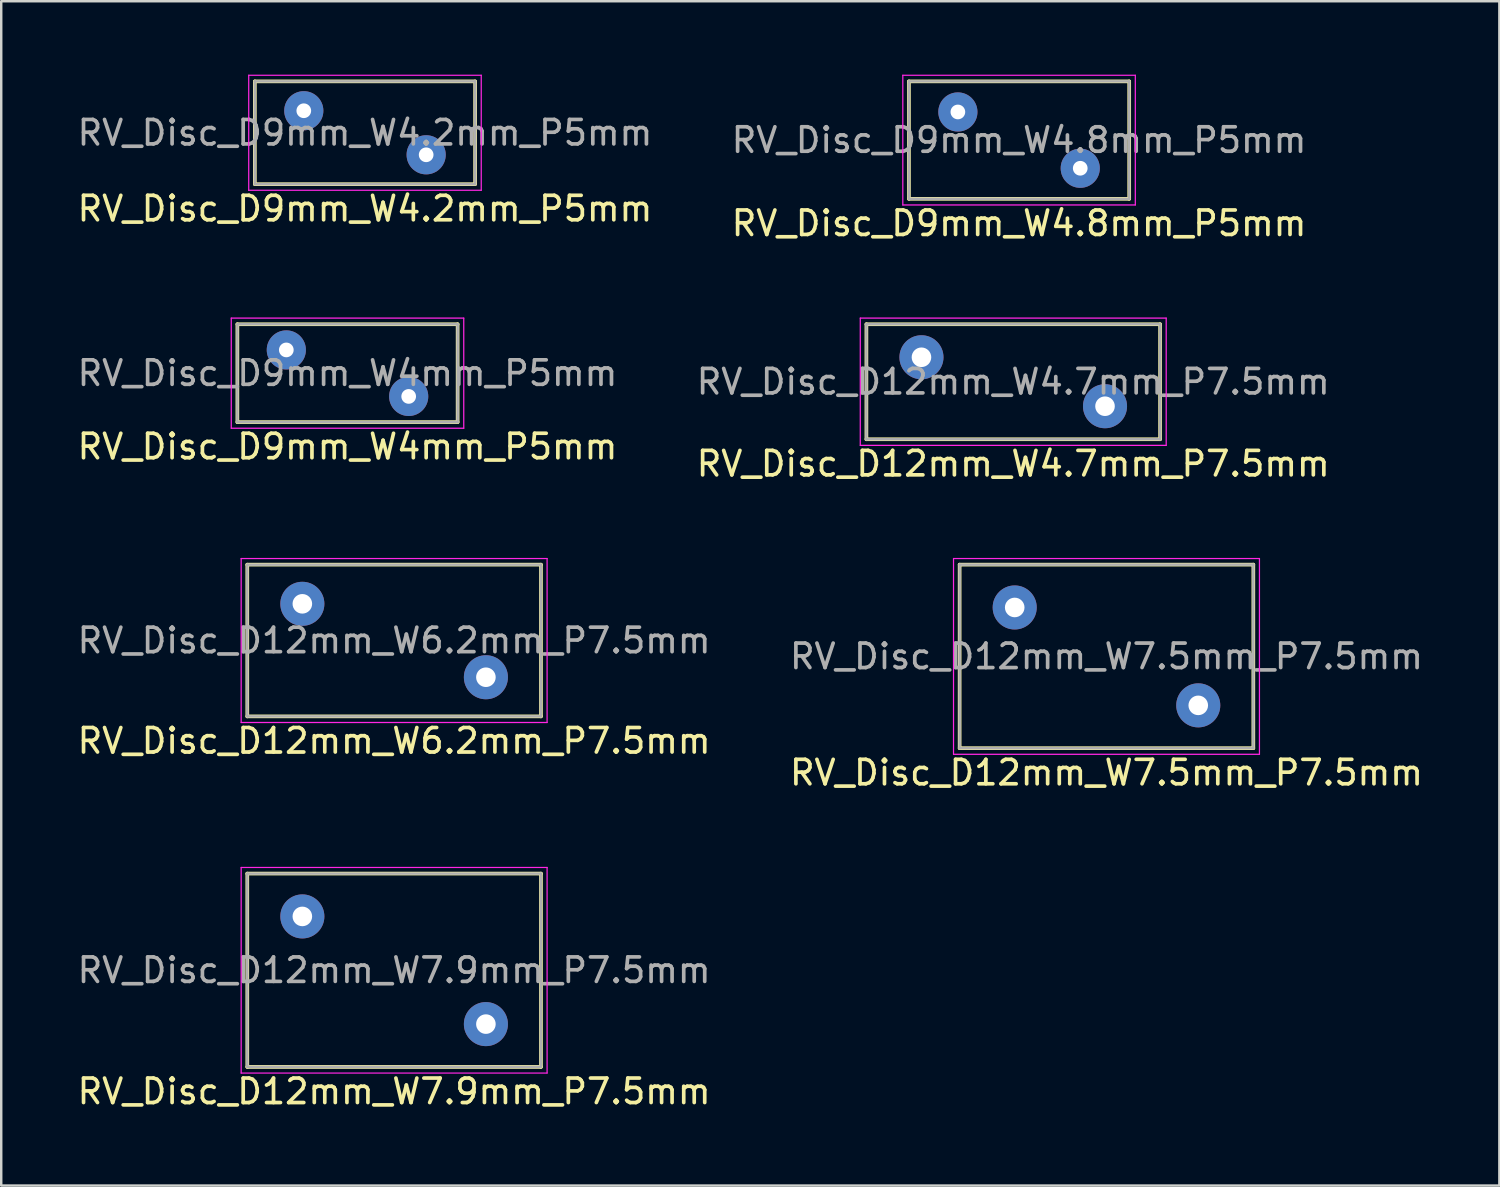
<source format=kicad_pcb>
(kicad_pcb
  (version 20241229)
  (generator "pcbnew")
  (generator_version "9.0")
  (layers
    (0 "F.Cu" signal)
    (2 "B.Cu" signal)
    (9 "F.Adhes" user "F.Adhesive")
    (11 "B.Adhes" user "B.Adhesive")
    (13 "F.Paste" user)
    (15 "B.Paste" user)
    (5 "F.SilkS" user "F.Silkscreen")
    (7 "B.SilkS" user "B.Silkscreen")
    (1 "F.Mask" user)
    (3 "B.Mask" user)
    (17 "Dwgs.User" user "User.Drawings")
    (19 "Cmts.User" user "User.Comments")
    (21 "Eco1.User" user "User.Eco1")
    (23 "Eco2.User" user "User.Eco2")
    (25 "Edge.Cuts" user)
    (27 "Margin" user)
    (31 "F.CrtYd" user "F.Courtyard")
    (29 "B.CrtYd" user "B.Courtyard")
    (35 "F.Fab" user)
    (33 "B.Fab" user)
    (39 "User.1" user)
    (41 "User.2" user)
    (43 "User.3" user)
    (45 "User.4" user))
  (footprint "RV_Disc_D12mm_W7.9mm_P7.5mm"
    (layer "F.Cu")
    (at 9.304 34.395)
    (property "Reference" "RV_Disc_D12mm_W7.9mm_P7.5mm" (at 3.75 7.15 0) (layer "F.SilkS") (effects (font (size 1 1) (thickness 0.15))))
    (attr through_hole)
    (fp_line (start -2.25 -1.75) (end -2.25 6.15) (stroke (width 0.15) (type solid)) (layer "F.SilkS"))
    (fp_line (start -2.25 -1.75) (end 9.75 -1.75) (stroke (width 0.15) (type solid)) (layer "F.SilkS"))
    (fp_line (start -2.25 6.15) (end 9.75 6.15) (stroke (width 0.15) (type solid)) (layer "F.SilkS"))
    (fp_line (start 9.75 -1.75) (end 9.75 6.15) (stroke (width 0.15) (type solid)) (layer "F.SilkS"))
    (fp_line (start -2.5 -2) (end -2.5 6.4) (stroke (width 0.05) (type solid)) (layer "F.CrtYd"))
    (fp_line (start -2.5 -2) (end 10 -2) (stroke (width 0.05) (type solid)) (layer "F.CrtYd"))
    (fp_line (start -2.5 6.4) (end 10 6.4) (stroke (width 0.05) (type solid)) (layer "F.CrtYd"))
    (fp_line (start 10 -2) (end 10 6.4) (stroke (width 0.05) (type solid)) (layer "F.CrtYd"))
    (fp_line (start -2.25 -1.75) (end -2.25 6.15) (stroke (width 0.1) (type solid)) (layer "F.Fab"))
    (fp_line (start -2.25 -1.75) (end 9.75 -1.75) (stroke (width 0.1) (type solid)) (layer "F.Fab"))
    (fp_line (start -2.25 6.15) (end 9.75 6.15) (stroke (width 0.1) (type solid)) (layer "F.Fab"))
    (fp_line (start 9.75 -1.75) (end 9.75 6.15) (stroke (width 0.1) (type solid)) (layer "F.Fab"))
    (fp_text user "${REFERENCE}" (at 3.75 2.2 0) (layer "F.Fab") (effects (font (size 1 1) (thickness 0.15))))
    (pad "1" thru_hole circle (at 0 0) (size 1.8 1.8) (drill 0.8) (layers "*.Cu" "*.Mask"))
    (pad "2" thru_hole circle (at 7.5 4.4) (size 1.8 1.8) (drill 0.8) (layers "*.Cu" "*.Mask")))
  (footprint "RV_Disc_D9mm_W4mm_P5mm"
    (layer "F.Cu")
    (at 8.649 11.248)
    (property "Reference" "RV_Disc_D9mm_W4mm_P5mm" (at 2.5 3.95 0) (layer "F.SilkS") (effects (font (size 1 1) (thickness 0.15))))
    (attr through_hole)
    (fp_line (start -2 -1.05) (end -2 2.95) (stroke (width 0.15) (type solid)) (layer "F.SilkS"))
    (fp_line (start -2 -1.05) (end 7 -1.05) (stroke (width 0.15) (type solid)) (layer "F.SilkS"))
    (fp_line (start -2 2.95) (end 7 2.95) (stroke (width 0.15) (type solid)) (layer "F.SilkS"))
    (fp_line (start 7 -1.05) (end 7 2.95) (stroke (width 0.15) (type solid)) (layer "F.SilkS"))
    (fp_line (start -2.25 -1.3) (end -2.25 3.2) (stroke (width 0.05) (type solid)) (layer "F.CrtYd"))
    (fp_line (start -2.25 -1.3) (end 7.25 -1.3) (stroke (width 0.05) (type solid)) (layer "F.CrtYd"))
    (fp_line (start -2.25 3.2) (end 7.25 3.2) (stroke (width 0.05) (type solid)) (layer "F.CrtYd"))
    (fp_line (start 7.25 -1.3) (end 7.25 3.2) (stroke (width 0.05) (type solid)) (layer "F.CrtYd"))
    (fp_line (start -2 -1.05) (end -2 2.95) (stroke (width 0.1) (type solid)) (layer "F.Fab"))
    (fp_line (start -2 -1.05) (end 7 -1.05) (stroke (width 0.1) (type solid)) (layer "F.Fab"))
    (fp_line (start -2 2.95) (end 7 2.95) (stroke (width 0.1) (type solid)) (layer "F.Fab"))
    (fp_line (start 7 -1.05) (end 7 2.95) (stroke (width 0.1) (type solid)) (layer "F.Fab"))
    (fp_text user "${REFERENCE}" (at 2.5 0.95 0) (layer "F.Fab") (effects (font (size 1 1) (thickness 0.15))))
    (pad "1" thru_hole circle (at 0 0) (size 1.6 1.6) (drill 0.6) (layers "*.Cu" "*.Mask"))
    (pad "2" thru_hole circle (at 5 1.9) (size 1.6 1.6) (drill 0.6) (layers "*.Cu" "*.Mask")))
  (footprint "RV_Disc_D12mm_W4.7mm_P7.5mm"
    (layer "F.Cu")
    (at 34.601 11.548)
    (property "Reference" "RV_Disc_D12mm_W4.7mm_P7.5mm" (at 3.75 4.35 0) (layer "F.SilkS") (effects (font (size 1 1) (thickness 0.15))))
    (attr through_hole)
    (fp_line (start -2.25 -1.35) (end -2.25 3.35) (stroke (width 0.15) (type solid)) (layer "F.SilkS"))
    (fp_line (start -2.25 -1.35) (end 9.75 -1.35) (stroke (width 0.15) (type solid)) (layer "F.SilkS"))
    (fp_line (start -2.25 3.35) (end 9.75 3.35) (stroke (width 0.15) (type solid)) (layer "F.SilkS"))
    (fp_line (start 9.75 -1.35) (end 9.75 3.35) (stroke (width 0.15) (type solid)) (layer "F.SilkS"))
    (fp_line (start -2.5 -1.6) (end -2.5 3.6) (stroke (width 0.05) (type solid)) (layer "F.CrtYd"))
    (fp_line (start -2.5 -1.6) (end 10 -1.6) (stroke (width 0.05) (type solid)) (layer "F.CrtYd"))
    (fp_line (start -2.5 3.6) (end 10 3.6) (stroke (width 0.05) (type solid)) (layer "F.CrtYd"))
    (fp_line (start 10 -1.6) (end 10 3.6) (stroke (width 0.05) (type solid)) (layer "F.CrtYd"))
    (fp_line (start -2.25 -1.35) (end -2.25 3.35) (stroke (width 0.1) (type solid)) (layer "F.Fab"))
    (fp_line (start -2.25 -1.35) (end 9.75 -1.35) (stroke (width 0.1) (type solid)) (layer "F.Fab"))
    (fp_line (start -2.25 3.35) (end 9.75 3.35) (stroke (width 0.1) (type solid)) (layer "F.Fab"))
    (fp_line (start 9.75 -1.35) (end 9.75 3.35) (stroke (width 0.1) (type solid)) (layer "F.Fab"))
    (fp_text user "${REFERENCE}" (at 3.75 1 0) (layer "F.Fab") (effects (font (size 1 1) (thickness 0.15))))
    (pad "1" thru_hole circle (at 0 0) (size 1.8 1.8) (drill 0.8) (layers "*.Cu" "*.Mask"))
    (pad "2" thru_hole circle (at 7.5 2) (size 1.8 1.8) (drill 0.8) (layers "*.Cu" "*.Mask")))
  (footprint "RV_Disc_D9mm_W4.8mm_P5mm"
    (layer "F.Cu")
    (at 36.089 1.525)
    (property "Reference" "RV_Disc_D9mm_W4.8mm_P5mm" (at 2.5 4.55 0) (layer "F.SilkS") (effects (font (size 1 1) (thickness 0.15))))
    (attr through_hole)
    (fp_line (start -2 -1.25) (end -2 3.55) (stroke (width 0.15) (type solid)) (layer "F.SilkS"))
    (fp_line (start -2 -1.25) (end 7 -1.25) (stroke (width 0.15) (type solid)) (layer "F.SilkS"))
    (fp_line (start -2 3.55) (end 7 3.55) (stroke (width 0.15) (type solid)) (layer "F.SilkS"))
    (fp_line (start 7 -1.25) (end 7 3.55) (stroke (width 0.15) (type solid)) (layer "F.SilkS"))
    (fp_line (start -2.25 -1.5) (end -2.25 3.8) (stroke (width 0.05) (type solid)) (layer "F.CrtYd"))
    (fp_line (start -2.25 -1.5) (end 7.25 -1.5) (stroke (width 0.05) (type solid)) (layer "F.CrtYd"))
    (fp_line (start -2.25 3.8) (end 7.25 3.8) (stroke (width 0.05) (type solid)) (layer "F.CrtYd"))
    (fp_line (start 7.25 -1.5) (end 7.25 3.8) (stroke (width 0.05) (type solid)) (layer "F.CrtYd"))
    (fp_line (start -2 -1.25) (end -2 3.55) (stroke (width 0.1) (type solid)) (layer "F.Fab"))
    (fp_line (start -2 -1.25) (end 7 -1.25) (stroke (width 0.1) (type solid)) (layer "F.Fab"))
    (fp_line (start -2 3.55) (end 7 3.55) (stroke (width 0.1) (type solid)) (layer "F.Fab"))
    (fp_line (start 7 -1.25) (end 7 3.55) (stroke (width 0.1) (type solid)) (layer "F.Fab"))
    (fp_text user "${REFERENCE}" (at 2.5 1.15 0) (layer "F.Fab") (effects (font (size 1 1) (thickness 0.15))))
    (pad "1" thru_hole circle (at 0 0) (size 1.6 1.6) (drill 0.6) (layers "*.Cu" "*.Mask"))
    (pad "2" thru_hole circle (at 5 2.3) (size 1.6 1.6) (drill 0.6) (layers "*.Cu" "*.Mask")))
  (footprint "RV_Disc_D9mm_W4.2mm_P5mm"
    (layer "F.Cu")
    (at 9.363 1.475)
    (property "Reference" "RV_Disc_D9mm_W4.2mm_P5mm" (at 2.5 4 0) (layer "F.SilkS") (effects (font (size 1 1) (thickness 0.15))))
    (attr through_hole)
    (fp_line (start -2 -1.2) (end -2 3) (stroke (width 0.15) (type solid)) (layer "F.SilkS"))
    (fp_line (start -2 -1.2) (end 7 -1.2) (stroke (width 0.15) (type solid)) (layer "F.SilkS"))
    (fp_line (start -2 3) (end 7 3) (stroke (width 0.15) (type solid)) (layer "F.SilkS"))
    (fp_line (start 7 -1.2) (end 7 3) (stroke (width 0.15) (type solid)) (layer "F.SilkS"))
    (fp_line (start -2.25 -1.45) (end -2.25 3.25) (stroke (width 0.05) (type solid)) (layer "F.CrtYd"))
    (fp_line (start -2.25 -1.45) (end 7.25 -1.45) (stroke (width 0.05) (type solid)) (layer "F.CrtYd"))
    (fp_line (start -2.25 3.25) (end 7.25 3.25) (stroke (width 0.05) (type solid)) (layer "F.CrtYd"))
    (fp_line (start 7.25 -1.45) (end 7.25 3.25) (stroke (width 0.05) (type solid)) (layer "F.CrtYd"))
    (fp_line (start -2 -1.2) (end -2 3) (stroke (width 0.1) (type solid)) (layer "F.Fab"))
    (fp_line (start -2 -1.2) (end 7 -1.2) (stroke (width 0.1) (type solid)) (layer "F.Fab"))
    (fp_line (start -2 3) (end 7 3) (stroke (width 0.1) (type solid)) (layer "F.Fab"))
    (fp_line (start 7 -1.2) (end 7 3) (stroke (width 0.1) (type solid)) (layer "F.Fab"))
    (fp_text user "${REFERENCE}" (at 2.5 0.9 0) (layer "F.Fab") (effects (font (size 1 1) (thickness 0.15))))
    (pad "1" thru_hole circle (at 0 0) (size 1.6 1.6) (drill 0.6) (layers "*.Cu" "*.Mask"))
    (pad "2" thru_hole circle (at 5 1.8) (size 1.6 1.6) (drill 0.6) (layers "*.Cu" "*.Mask")))
  (footprint "RV_Disc_D12mm_W6.2mm_P7.5mm"
    (layer "F.Cu")
    (at 9.304 21.622)
    (property "Reference" "RV_Disc_D12mm_W6.2mm_P7.5mm" (at 3.75 5.6 0) (layer "F.SilkS") (effects (font (size 1 1) (thickness 0.15))))
    (attr through_hole)
    (fp_line (start -2.25 -1.6) (end -2.25 4.6) (stroke (width 0.15) (type solid)) (layer "F.SilkS"))
    (fp_line (start -2.25 -1.6) (end 9.75 -1.6) (stroke (width 0.15) (type solid)) (layer "F.SilkS"))
    (fp_line (start -2.25 4.6) (end 9.75 4.6) (stroke (width 0.15) (type solid)) (layer "F.SilkS"))
    (fp_line (start 9.75 -1.6) (end 9.75 4.6) (stroke (width 0.15) (type solid)) (layer "F.SilkS"))
    (fp_line (start -2.5 -1.85) (end -2.5 4.85) (stroke (width 0.05) (type solid)) (layer "F.CrtYd"))
    (fp_line (start -2.5 -1.85) (end 10 -1.85) (stroke (width 0.05) (type solid)) (layer "F.CrtYd"))
    (fp_line (start -2.5 4.85) (end 10 4.85) (stroke (width 0.05) (type solid)) (layer "F.CrtYd"))
    (fp_line (start 10 -1.85) (end 10 4.85) (stroke (width 0.05) (type solid)) (layer "F.CrtYd"))
    (fp_line (start -2.25 -1.6) (end -2.25 4.6) (stroke (width 0.1) (type solid)) (layer "F.Fab"))
    (fp_line (start -2.25 -1.6) (end 9.75 -1.6) (stroke (width 0.1) (type solid)) (layer "F.Fab"))
    (fp_line (start -2.25 4.6) (end 9.75 4.6) (stroke (width 0.1) (type solid)) (layer "F.Fab"))
    (fp_line (start 9.75 -1.6) (end 9.75 4.6) (stroke (width 0.1) (type solid)) (layer "F.Fab"))
    (fp_text user "${REFERENCE}" (at 3.75 1.5 0) (layer "F.Fab") (effects (font (size 1 1) (thickness 0.15))))
    (pad "1" thru_hole circle (at 0 0) (size 1.8 1.8) (drill 0.8) (layers "*.Cu" "*.Mask"))
    (pad "2" thru_hole circle (at 7.5 3) (size 1.8 1.8) (drill 0.8) (layers "*.Cu" "*.Mask")))
  (footprint "RV_Disc_D12mm_W7.5mm_P7.5mm"
    (layer "F.Cu")
    (at 38.411 21.771)
    (property "Reference" "RV_Disc_D12mm_W7.5mm_P7.5mm" (at 3.75 6.75 0) (layer "F.SilkS") (effects (font (size 1 1) (thickness 0.15))))
    (attr through_hole)
    (fp_line (start -2.25 -1.75) (end -2.25 5.75) (stroke (width 0.15) (type solid)) (layer "F.SilkS"))
    (fp_line (start -2.25 -1.75) (end 9.75 -1.75) (stroke (width 0.15) (type solid)) (layer "F.SilkS"))
    (fp_line (start -2.25 5.75) (end 9.75 5.75) (stroke (width 0.15) (type solid)) (layer "F.SilkS"))
    (fp_line (start 9.75 -1.75) (end 9.75 5.75) (stroke (width 0.15) (type solid)) (layer "F.SilkS"))
    (fp_line (start -2.5 -2) (end -2.5 6) (stroke (width 0.05) (type solid)) (layer "F.CrtYd"))
    (fp_line (start -2.5 -2) (end 10 -2) (stroke (width 0.05) (type solid)) (layer "F.CrtYd"))
    (fp_line (start -2.5 6) (end 10 6) (stroke (width 0.05) (type solid)) (layer "F.CrtYd"))
    (fp_line (start 10 -2) (end 10 6) (stroke (width 0.05) (type solid)) (layer "F.CrtYd"))
    (fp_line (start -2.25 -1.75) (end -2.25 5.75) (stroke (width 0.1) (type solid)) (layer "F.Fab"))
    (fp_line (start -2.25 -1.75) (end 9.75 -1.75) (stroke (width 0.1) (type solid)) (layer "F.Fab"))
    (fp_line (start -2.25 5.75) (end 9.75 5.75) (stroke (width 0.1) (type solid)) (layer "F.Fab"))
    (fp_line (start 9.75 -1.75) (end 9.75 5.75) (stroke (width 0.1) (type solid)) (layer "F.Fab"))
    (fp_text user "${REFERENCE}" (at 3.75 2 0) (layer "F.Fab") (effects (font (size 1 1) (thickness 0.15))))
    (pad "1" thru_hole circle (at 0 0) (size 1.8 1.8) (drill 0.8) (layers "*.Cu" "*.Mask"))
    (pad "2" thru_hole circle (at 7.5 4) (size 1.8 1.8) (drill 0.8) (layers "*.Cu" "*.Mask")))
  (gr_rect
    (start -3 -3)
    (end 58.214 45.393)
    (stroke (width 0.1) (type default))
    (fill no)
    (layer "Edge.Cuts")))
</source>
